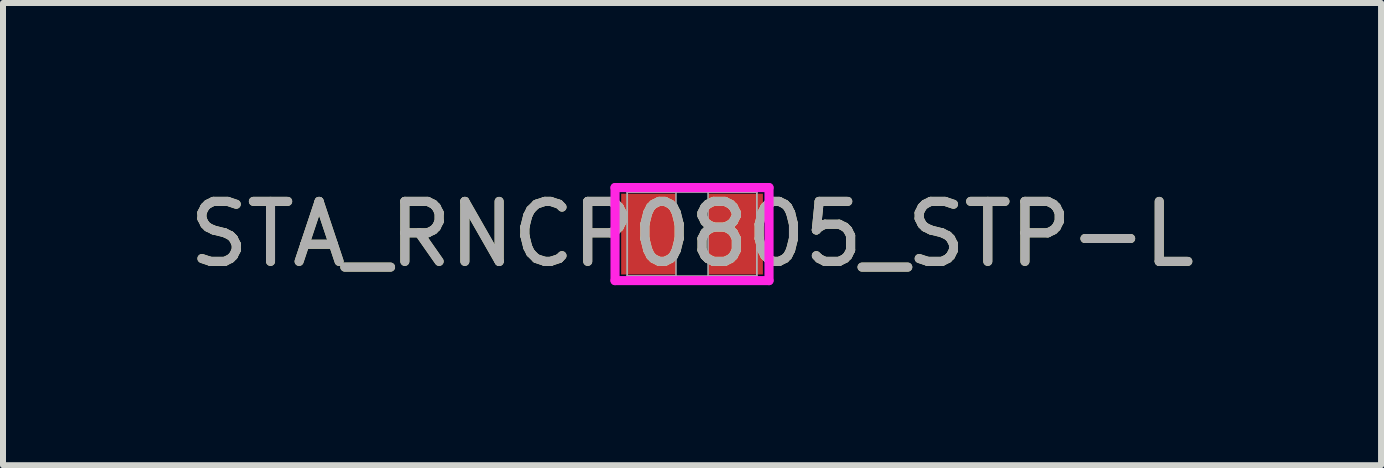
<source format=kicad_pcb>
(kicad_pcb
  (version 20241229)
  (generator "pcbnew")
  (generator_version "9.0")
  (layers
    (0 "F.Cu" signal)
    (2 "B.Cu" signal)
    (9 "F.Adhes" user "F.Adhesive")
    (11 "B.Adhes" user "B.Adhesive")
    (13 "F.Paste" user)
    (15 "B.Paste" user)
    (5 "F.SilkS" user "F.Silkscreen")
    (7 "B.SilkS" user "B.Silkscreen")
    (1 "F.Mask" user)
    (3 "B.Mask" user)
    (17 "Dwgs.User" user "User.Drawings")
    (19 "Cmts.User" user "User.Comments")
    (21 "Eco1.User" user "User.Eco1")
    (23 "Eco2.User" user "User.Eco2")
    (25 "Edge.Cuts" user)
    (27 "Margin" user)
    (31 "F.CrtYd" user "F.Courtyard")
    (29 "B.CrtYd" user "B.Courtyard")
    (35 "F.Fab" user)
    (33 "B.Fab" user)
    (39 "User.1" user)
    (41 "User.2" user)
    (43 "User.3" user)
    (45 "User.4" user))
  (footprint "STA_RNCP0805_STP-L"
    (layer "F.Cu")
    (at 8.482 0.851)
    (property "Reference" "STA_RNCP0805_STP-L" (at 0 0 0) (unlocked yes) (layer "F.SilkS") (effects (font (size 1 1) (thickness 0.15))))
    (attr smd)
    (fp_line (start -1.283 -0.775) (end 1.283 -0.775) (stroke (width 0.152) (type solid)) (layer "F.CrtYd"))
    (fp_line (start -1.283 0.775) (end -1.283 -0.775) (stroke (width 0.152) (type solid)) (layer "F.CrtYd"))
    (fp_line (start 1.283 -0.775) (end 1.283 0.775) (stroke (width 0.152) (type solid)) (layer "F.CrtYd"))
    (fp_line (start 1.283 0.775) (end -1.283 0.775) (stroke (width 0.152) (type solid)) (layer "F.CrtYd"))
    (fp_line (start -1.079 -0.699) (end -1.079 0.699) (stroke (width 0.025) (type solid)) (layer "F.Fab"))
    (fp_line (start -1.079 -0.699) (end -1.079 0.699) (stroke (width 0.025) (type solid)) (layer "F.Fab"))
    (fp_line (start -1.079 0.699) (end -0.267 0.699) (stroke (width 0.025) (type solid)) (layer "F.Fab"))
    (fp_line (start -1.079 0.699) (end 1.079 0.699) (stroke (width 0.025) (type solid)) (layer "F.Fab"))
    (fp_line (start -0.267 -0.699) (end -1.079 -0.699) (stroke (width 0.025) (type solid)) (layer "F.Fab"))
    (fp_line (start -0.267 0.699) (end -0.267 -0.699) (stroke (width 0.025) (type solid)) (layer "F.Fab"))
    (fp_line (start 0.267 -0.699) (end 0.267 0.699) (stroke (width 0.025) (type solid)) (layer "F.Fab"))
    (fp_line (start 0.267 0.699) (end 1.079 0.699) (stroke (width 0.025) (type solid)) (layer "F.Fab"))
    (fp_line (start 1.079 -0.699) (end -1.079 -0.699) (stroke (width 0.025) (type solid)) (layer "F.Fab"))
    (fp_line (start 1.079 -0.699) (end 0.267 -0.699) (stroke (width 0.025) (type solid)) (layer "F.Fab"))
    (fp_line (start 1.079 0.699) (end 1.079 -0.699) (stroke (width 0.025) (type solid)) (layer "F.Fab"))
    (fp_line (start 1.079 0.699) (end 1.079 -0.699) (stroke (width 0.025) (type solid)) (layer "F.Fab"))
    (fp_text user "${REFERENCE}" (at 0 0 0) (unlocked yes) (layer "F.Fab") (effects (font (size 1 1) (thickness 0.15))))
    (pad "1" smd rect (at -0.724 0) (size 0.914 1.346) (layers "F.Cu" "F.Mask" "F.Paste"))
    (pad "2" smd rect (at 0.724 0) (size 0.914 1.346) (layers "F.Cu" "F.Mask" "F.Paste"))
    (zone (net_name "") (layer "F.Cu") (hatch full 0.508) (connect_pads) (min_thickness 0.254) (filled_areas_thickness no) (keepout (tracks not_allowed) (vias not_allowed) (pads allowed) (copperpour not_allowed) (footprints allowed)) (placement (enabled no)) (fill) (polygon (pts (xy 8.266 0.203) (xy 8.698 0.203) (xy 8.698 1.499) (xy 8.266 1.499)))))
  (gr_rect
    (start -3 -3)
    (end 19.964 4.702)
    (stroke (width 0.1) (type default))
    (fill no)
    (layer "Edge.Cuts")))
</source>
